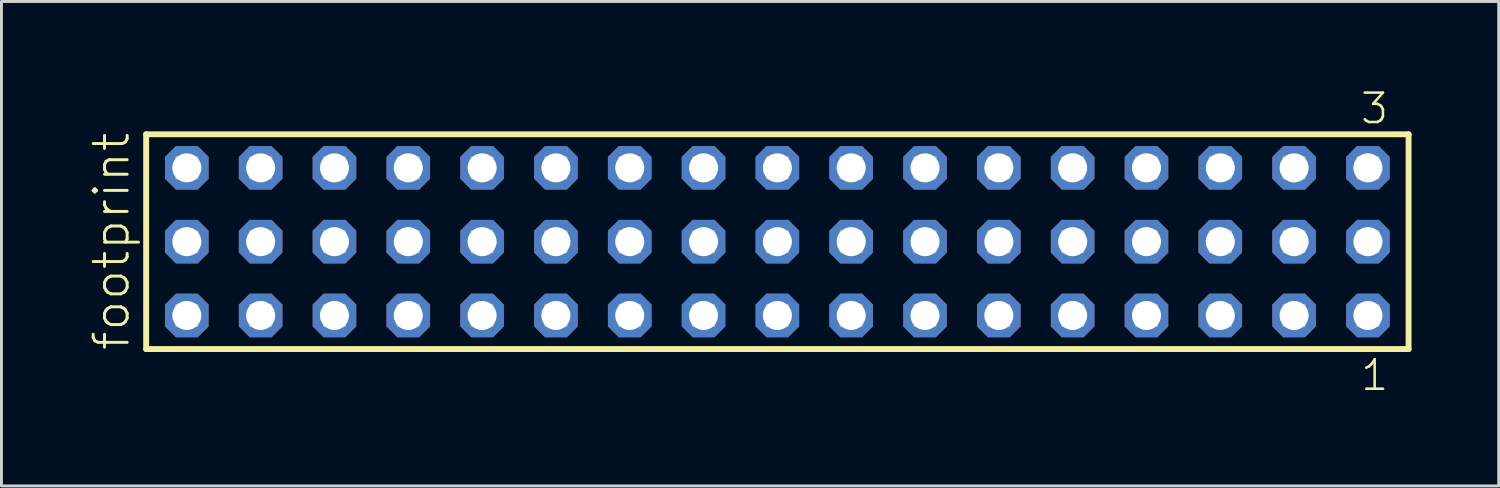
<source format=kicad_pcb>
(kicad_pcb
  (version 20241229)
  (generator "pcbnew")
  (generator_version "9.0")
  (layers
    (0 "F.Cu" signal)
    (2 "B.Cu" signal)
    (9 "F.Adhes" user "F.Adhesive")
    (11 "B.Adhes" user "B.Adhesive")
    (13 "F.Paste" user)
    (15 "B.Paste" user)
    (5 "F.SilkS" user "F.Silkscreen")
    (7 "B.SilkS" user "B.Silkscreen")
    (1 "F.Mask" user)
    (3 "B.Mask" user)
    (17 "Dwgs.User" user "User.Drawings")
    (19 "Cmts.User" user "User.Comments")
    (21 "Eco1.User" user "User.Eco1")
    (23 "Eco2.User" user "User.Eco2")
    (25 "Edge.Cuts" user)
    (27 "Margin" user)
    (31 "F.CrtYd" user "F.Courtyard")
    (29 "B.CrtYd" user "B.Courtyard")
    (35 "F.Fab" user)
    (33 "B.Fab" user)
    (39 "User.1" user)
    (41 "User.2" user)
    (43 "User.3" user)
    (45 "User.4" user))
  (footprint "footprint"
    (layer "F.Cu")
    (at 23.698 5.265)
    (property "Reference" "footprint" (at -22.225 3.81 90) (layer "F.SilkS") (effects (font (size 1.168 1.168) (thickness 0.102)) (justify left bottom)))
    (fp_line (start -21.719 -3.695) (end 21.719 -3.695) (stroke (width 0.203) (type solid)) (layer "F.SilkS"))
    (fp_line (start -21.719 3.695) (end -21.719 -3.695) (stroke (width 0.203) (type solid)) (layer "F.SilkS"))
    (fp_line (start 21.719 -3.695) (end 21.719 3.695) (stroke (width 0.203) (type solid)) (layer "F.SilkS"))
    (fp_line (start 21.719 3.695) (end -21.719 3.695) (stroke (width 0.203) (type solid)) (layer "F.SilkS"))
    (fp_poly (pts (xy -20.67 -2.19) (xy -19.97 -2.19) (xy -19.97 -2.89) (xy -20.67 -2.89)) (stroke (width 0.1) (type solid)) (fill no) (layer "F.Fab"))
    (fp_poly (pts (xy -20.67 0.35) (xy -19.97 0.35) (xy -19.97 -0.35) (xy -20.67 -0.35)) (stroke (width 0.1) (type solid)) (fill no) (layer "F.Fab"))
    (fp_poly (pts (xy -20.67 2.89) (xy -19.97 2.89) (xy -19.97 2.19) (xy -20.67 2.19)) (stroke (width 0.1) (type solid)) (fill no) (layer "F.Fab"))
    (fp_poly (pts (xy -18.13 -2.19) (xy -17.43 -2.19) (xy -17.43 -2.89) (xy -18.13 -2.89)) (stroke (width 0.1) (type solid)) (fill no) (layer "F.Fab"))
    (fp_poly (pts (xy -18.13 0.35) (xy -17.43 0.35) (xy -17.43 -0.35) (xy -18.13 -0.35)) (stroke (width 0.1) (type solid)) (fill no) (layer "F.Fab"))
    (fp_poly (pts (xy -18.13 2.89) (xy -17.43 2.89) (xy -17.43 2.19) (xy -18.13 2.19)) (stroke (width 0.1) (type solid)) (fill no) (layer "F.Fab"))
    (fp_poly (pts (xy -15.59 -2.19) (xy -14.89 -2.19) (xy -14.89 -2.89) (xy -15.59 -2.89)) (stroke (width 0.1) (type solid)) (fill no) (layer "F.Fab"))
    (fp_poly (pts (xy -15.59 0.35) (xy -14.89 0.35) (xy -14.89 -0.35) (xy -15.59 -0.35)) (stroke (width 0.1) (type solid)) (fill no) (layer "F.Fab"))
    (fp_poly (pts (xy -15.59 2.89) (xy -14.89 2.89) (xy -14.89 2.19) (xy -15.59 2.19)) (stroke (width 0.1) (type solid)) (fill no) (layer "F.Fab"))
    (fp_poly (pts (xy -13.05 -2.19) (xy -12.35 -2.19) (xy -12.35 -2.89) (xy -13.05 -2.89)) (stroke (width 0.1) (type solid)) (fill no) (layer "F.Fab"))
    (fp_poly (pts (xy -13.05 0.35) (xy -12.35 0.35) (xy -12.35 -0.35) (xy -13.05 -0.35)) (stroke (width 0.1) (type solid)) (fill no) (layer "F.Fab"))
    (fp_poly (pts (xy -13.05 2.89) (xy -12.35 2.89) (xy -12.35 2.19) (xy -13.05 2.19)) (stroke (width 0.1) (type solid)) (fill no) (layer "F.Fab"))
    (fp_poly (pts (xy -10.51 -2.19) (xy -9.81 -2.19) (xy -9.81 -2.89) (xy -10.51 -2.89)) (stroke (width 0.1) (type solid)) (fill no) (layer "F.Fab"))
    (fp_poly (pts (xy -10.51 0.35) (xy -9.81 0.35) (xy -9.81 -0.35) (xy -10.51 -0.35)) (stroke (width 0.1) (type solid)) (fill no) (layer "F.Fab"))
    (fp_poly (pts (xy -10.51 2.89) (xy -9.81 2.89) (xy -9.81 2.19) (xy -10.51 2.19)) (stroke (width 0.1) (type solid)) (fill no) (layer "F.Fab"))
    (fp_poly (pts (xy -7.97 -2.19) (xy -7.27 -2.19) (xy -7.27 -2.89) (xy -7.97 -2.89)) (stroke (width 0.1) (type solid)) (fill no) (layer "F.Fab"))
    (fp_poly (pts (xy -7.97 0.35) (xy -7.27 0.35) (xy -7.27 -0.35) (xy -7.97 -0.35)) (stroke (width 0.1) (type solid)) (fill no) (layer "F.Fab"))
    (fp_poly (pts (xy -7.97 2.89) (xy -7.27 2.89) (xy -7.27 2.19) (xy -7.97 2.19)) (stroke (width 0.1) (type solid)) (fill no) (layer "F.Fab"))
    (fp_poly (pts (xy -5.43 -2.19) (xy -4.73 -2.19) (xy -4.73 -2.89) (xy -5.43 -2.89)) (stroke (width 0.1) (type solid)) (fill no) (layer "F.Fab"))
    (fp_poly (pts (xy -5.43 0.35) (xy -4.73 0.35) (xy -4.73 -0.35) (xy -5.43 -0.35)) (stroke (width 0.1) (type solid)) (fill no) (layer "F.Fab"))
    (fp_poly (pts (xy -5.43 2.89) (xy -4.73 2.89) (xy -4.73 2.19) (xy -5.43 2.19)) (stroke (width 0.1) (type solid)) (fill no) (layer "F.Fab"))
    (fp_poly (pts (xy -2.89 -2.19) (xy -2.19 -2.19) (xy -2.19 -2.89) (xy -2.89 -2.89)) (stroke (width 0.1) (type solid)) (fill no) (layer "F.Fab"))
    (fp_poly (pts (xy -2.89 0.35) (xy -2.19 0.35) (xy -2.19 -0.35) (xy -2.89 -0.35)) (stroke (width 0.1) (type solid)) (fill no) (layer "F.Fab"))
    (fp_poly (pts (xy -2.89 2.89) (xy -2.19 2.89) (xy -2.19 2.19) (xy -2.89 2.19)) (stroke (width 0.1) (type solid)) (fill no) (layer "F.Fab"))
    (fp_poly (pts (xy -0.35 -2.19) (xy 0.35 -2.19) (xy 0.35 -2.89) (xy -0.35 -2.89)) (stroke (width 0.1) (type solid)) (fill no) (layer "F.Fab"))
    (fp_poly (pts (xy -0.35 0.35) (xy 0.35 0.35) (xy 0.35 -0.35) (xy -0.35 -0.35)) (stroke (width 0.1) (type solid)) (fill no) (layer "F.Fab"))
    (fp_poly (pts (xy -0.35 2.89) (xy 0.35 2.89) (xy 0.35 2.19) (xy -0.35 2.19)) (stroke (width 0.1) (type solid)) (fill no) (layer "F.Fab"))
    (fp_poly (pts (xy 2.19 -2.19) (xy 2.89 -2.19) (xy 2.89 -2.89) (xy 2.19 -2.89)) (stroke (width 0.1) (type solid)) (fill no) (layer "F.Fab"))
    (fp_poly (pts (xy 2.19 0.35) (xy 2.89 0.35) (xy 2.89 -0.35) (xy 2.19 -0.35)) (stroke (width 0.1) (type solid)) (fill no) (layer "F.Fab"))
    (fp_poly (pts (xy 2.19 2.89) (xy 2.89 2.89) (xy 2.89 2.19) (xy 2.19 2.19)) (stroke (width 0.1) (type solid)) (fill no) (layer "F.Fab"))
    (fp_poly (pts (xy 4.73 -2.19) (xy 5.43 -2.19) (xy 5.43 -2.89) (xy 4.73 -2.89)) (stroke (width 0.1) (type solid)) (fill no) (layer "F.Fab"))
    (fp_poly (pts (xy 4.73 0.35) (xy 5.43 0.35) (xy 5.43 -0.35) (xy 4.73 -0.35)) (stroke (width 0.1) (type solid)) (fill no) (layer "F.Fab"))
    (fp_poly (pts (xy 4.73 2.89) (xy 5.43 2.89) (xy 5.43 2.19) (xy 4.73 2.19)) (stroke (width 0.1) (type solid)) (fill no) (layer "F.Fab"))
    (fp_poly (pts (xy 7.27 -2.19) (xy 7.97 -2.19) (xy 7.97 -2.89) (xy 7.27 -2.89)) (stroke (width 0.1) (type solid)) (fill no) (layer "F.Fab"))
    (fp_poly (pts (xy 7.27 0.35) (xy 7.97 0.35) (xy 7.97 -0.35) (xy 7.27 -0.35)) (stroke (width 0.1) (type solid)) (fill no) (layer "F.Fab"))
    (fp_poly (pts (xy 7.27 2.89) (xy 7.97 2.89) (xy 7.97 2.19) (xy 7.27 2.19)) (stroke (width 0.1) (type solid)) (fill no) (layer "F.Fab"))
    (fp_poly (pts (xy 9.81 -2.19) (xy 10.51 -2.19) (xy 10.51 -2.89) (xy 9.81 -2.89)) (stroke (width 0.1) (type solid)) (fill no) (layer "F.Fab"))
    (fp_poly (pts (xy 9.81 0.35) (xy 10.51 0.35) (xy 10.51 -0.35) (xy 9.81 -0.35)) (stroke (width 0.1) (type solid)) (fill no) (layer "F.Fab"))
    (fp_poly (pts (xy 9.81 2.89) (xy 10.51 2.89) (xy 10.51 2.19) (xy 9.81 2.19)) (stroke (width 0.1) (type solid)) (fill no) (layer "F.Fab"))
    (fp_poly (pts (xy 12.35 -2.19) (xy 13.05 -2.19) (xy 13.05 -2.89) (xy 12.35 -2.89)) (stroke (width 0.1) (type solid)) (fill no) (layer "F.Fab"))
    (fp_poly (pts (xy 12.35 0.35) (xy 13.05 0.35) (xy 13.05 -0.35) (xy 12.35 -0.35)) (stroke (width 0.1) (type solid)) (fill no) (layer "F.Fab"))
    (fp_poly (pts (xy 12.35 2.89) (xy 13.05 2.89) (xy 13.05 2.19) (xy 12.35 2.19)) (stroke (width 0.1) (type solid)) (fill no) (layer "F.Fab"))
    (fp_poly (pts (xy 14.89 -2.19) (xy 15.59 -2.19) (xy 15.59 -2.89) (xy 14.89 -2.89)) (stroke (width 0.1) (type solid)) (fill no) (layer "F.Fab"))
    (fp_poly (pts (xy 14.89 0.35) (xy 15.59 0.35) (xy 15.59 -0.35) (xy 14.89 -0.35)) (stroke (width 0.1) (type solid)) (fill no) (layer "F.Fab"))
    (fp_poly (pts (xy 14.89 2.89) (xy 15.59 2.89) (xy 15.59 2.19) (xy 14.89 2.19)) (stroke (width 0.1) (type solid)) (fill no) (layer "F.Fab"))
    (fp_poly (pts (xy 17.43 -2.19) (xy 18.13 -2.19) (xy 18.13 -2.89) (xy 17.43 -2.89)) (stroke (width 0.1) (type solid)) (fill no) (layer "F.Fab"))
    (fp_poly (pts (xy 17.43 0.35) (xy 18.13 0.35) (xy 18.13 -0.35) (xy 17.43 -0.35)) (stroke (width 0.1) (type solid)) (fill no) (layer "F.Fab"))
    (fp_poly (pts (xy 17.43 2.89) (xy 18.13 2.89) (xy 18.13 2.19) (xy 17.43 2.19)) (stroke (width 0.1) (type solid)) (fill no) (layer "F.Fab"))
    (fp_poly (pts (xy 19.97 -2.19) (xy 20.67 -2.19) (xy 20.67 -2.89) (xy 19.97 -2.89)) (stroke (width 0.1) (type solid)) (fill no) (layer "F.Fab"))
    (fp_poly (pts (xy 19.97 0.35) (xy 20.67 0.35) (xy 20.67 -0.35) (xy 19.97 -0.35)) (stroke (width 0.1) (type solid)) (fill no) (layer "F.Fab"))
    (fp_poly (pts (xy 19.97 2.89) (xy 20.67 2.89) (xy 20.67 2.19) (xy 19.97 2.19)) (stroke (width 0.1) (type solid)) (fill no) (layer "F.Fab"))
    (fp_text user "1" (at 20.012 5.188 0) (layer "F.SilkS") (effects (font (size 1.012 1.012) (thickness 0.088)) (justify left bottom)))
    (fp_text user "3" (at 20.008 -3.989 0) (layer "F.SilkS") (effects (font (size 1.012 1.012) (thickness 0.088)) (justify left bottom)))
    (pad "1" thru_hole roundrect (at 20.32 2.54 180) (size 1.5 1.5) (drill 1) (layers "*.Cu" "*.Mask") (roundrect_rratio 0.25) (chamfer_ratio 0.25) (chamfer top_left top_right bottom_left bottom_right))
    (pad "2" thru_hole roundrect (at 20.32 0 180) (size 1.5 1.5) (drill 1) (layers "*.Cu" "*.Mask") (roundrect_rratio 0.25) (chamfer_ratio 0.25) (chamfer top_left top_right bottom_left bottom_right))
    (pad "3" thru_hole roundrect (at 20.32 -2.54 180) (size 1.5 1.5) (drill 1) (layers "*.Cu" "*.Mask") (roundrect_rratio 0.25) (chamfer_ratio 0.25) (chamfer top_left top_right bottom_left bottom_right))
    (pad "4" thru_hole roundrect (at 17.78 2.54 180) (size 1.5 1.5) (drill 1) (layers "*.Cu" "*.Mask") (roundrect_rratio 0.25) (chamfer_ratio 0.25) (chamfer top_left top_right bottom_left bottom_right))
    (pad "5" thru_hole roundrect (at 17.78 0 180) (size 1.5 1.5) (drill 1) (layers "*.Cu" "*.Mask") (roundrect_rratio 0.25) (chamfer_ratio 0.25) (chamfer top_left top_right bottom_left bottom_right))
    (pad "6" thru_hole roundrect (at 17.78 -2.54 180) (size 1.5 1.5) (drill 1) (layers "*.Cu" "*.Mask") (roundrect_rratio 0.25) (chamfer_ratio 0.25) (chamfer top_left top_right bottom_left bottom_right))
    (pad "7" thru_hole roundrect (at 15.24 2.54 180) (size 1.5 1.5) (drill 1) (layers "*.Cu" "*.Mask") (roundrect_rratio 0.25) (chamfer_ratio 0.25) (chamfer top_left top_right bottom_left bottom_right))
    (pad "8" thru_hole roundrect (at 15.24 0 180) (size 1.5 1.5) (drill 1) (layers "*.Cu" "*.Mask") (roundrect_rratio 0.25) (chamfer_ratio 0.25) (chamfer top_left top_right bottom_left bottom_right))
    (pad "9" thru_hole roundrect (at 15.24 -2.54 180) (size 1.5 1.5) (drill 1) (layers "*.Cu" "*.Mask") (roundrect_rratio 0.25) (chamfer_ratio 0.25) (chamfer top_left top_right bottom_left bottom_right))
    (pad "10" thru_hole roundrect (at 12.7 2.54 180) (size 1.5 1.5) (drill 1) (layers "*.Cu" "*.Mask") (roundrect_rratio 0.25) (chamfer_ratio 0.25) (chamfer top_left top_right bottom_left bottom_right))
    (pad "11" thru_hole roundrect (at 12.7 0 180) (size 1.5 1.5) (drill 1) (layers "*.Cu" "*.Mask") (roundrect_rratio 0.25) (chamfer_ratio 0.25) (chamfer top_left top_right bottom_left bottom_right))
    (pad "12" thru_hole roundrect (at 12.7 -2.54 180) (size 1.5 1.5) (drill 1) (layers "*.Cu" "*.Mask") (roundrect_rratio 0.25) (chamfer_ratio 0.25) (chamfer top_left top_right bottom_left bottom_right))
    (pad "13" thru_hole roundrect (at 10.16 2.54 180) (size 1.5 1.5) (drill 1) (layers "*.Cu" "*.Mask") (roundrect_rratio 0.25) (chamfer_ratio 0.25) (chamfer top_left top_right bottom_left bottom_right))
    (pad "14" thru_hole roundrect (at 10.16 0 180) (size 1.5 1.5) (drill 1) (layers "*.Cu" "*.Mask") (roundrect_rratio 0.25) (chamfer_ratio 0.25) (chamfer top_left top_right bottom_left bottom_right))
    (pad "15" thru_hole roundrect (at 10.16 -2.54 180) (size 1.5 1.5) (drill 1) (layers "*.Cu" "*.Mask") (roundrect_rratio 0.25) (chamfer_ratio 0.25) (chamfer top_left top_right bottom_left bottom_right))
    (pad "16" thru_hole roundrect (at 7.62 2.54 180) (size 1.5 1.5) (drill 1) (layers "*.Cu" "*.Mask") (roundrect_rratio 0.25) (chamfer_ratio 0.25) (chamfer top_left top_right bottom_left bottom_right))
    (pad "17" thru_hole roundrect (at 7.62 0 180) (size 1.5 1.5) (drill 1) (layers "*.Cu" "*.Mask") (roundrect_rratio 0.25) (chamfer_ratio 0.25) (chamfer top_left top_right bottom_left bottom_right))
    (pad "18" thru_hole roundrect (at 7.62 -2.54 180) (size 1.5 1.5) (drill 1) (layers "*.Cu" "*.Mask") (roundrect_rratio 0.25) (chamfer_ratio 0.25) (chamfer top_left top_right bottom_left bottom_right))
    (pad "19" thru_hole roundrect (at 5.08 2.54 180) (size 1.5 1.5) (drill 1) (layers "*.Cu" "*.Mask") (roundrect_rratio 0.25) (chamfer_ratio 0.25) (chamfer top_left top_right bottom_left bottom_right))
    (pad "20" thru_hole roundrect (at 5.08 0 180) (size 1.5 1.5) (drill 1) (layers "*.Cu" "*.Mask") (roundrect_rratio 0.25) (chamfer_ratio 0.25) (chamfer top_left top_right bottom_left bottom_right))
    (pad "21" thru_hole roundrect (at 5.08 -2.54 180) (size 1.5 1.5) (drill 1) (layers "*.Cu" "*.Mask") (roundrect_rratio 0.25) (chamfer_ratio 0.25) (chamfer top_left top_right bottom_left bottom_right))
    (pad "22" thru_hole roundrect (at 2.54 2.54 180) (size 1.5 1.5) (drill 1) (layers "*.Cu" "*.Mask") (roundrect_rratio 0.25) (chamfer_ratio 0.25) (chamfer top_left top_right bottom_left bottom_right))
    (pad "23" thru_hole roundrect (at 2.54 0 180) (size 1.5 1.5) (drill 1) (layers "*.Cu" "*.Mask") (roundrect_rratio 0.25) (chamfer_ratio 0.25) (chamfer top_left top_right bottom_left bottom_right))
    (pad "24" thru_hole roundrect (at 2.54 -2.54 180) (size 1.5 1.5) (drill 1) (layers "*.Cu" "*.Mask") (roundrect_rratio 0.25) (chamfer_ratio 0.25) (chamfer top_left top_right bottom_left bottom_right))
    (pad "25" thru_hole roundrect (at 0 2.54 180) (size 1.5 1.5) (drill 1) (layers "*.Cu" "*.Mask") (roundrect_rratio 0.25) (chamfer_ratio 0.25) (chamfer top_left top_right bottom_left bottom_right))
    (pad "26" thru_hole roundrect (at 0 0 180) (size 1.5 1.5) (drill 1) (layers "*.Cu" "*.Mask") (roundrect_rratio 0.25) (chamfer_ratio 0.25) (chamfer top_left top_right bottom_left bottom_right))
    (pad "27" thru_hole roundrect (at 0 -2.54 180) (size 1.5 1.5) (drill 1) (layers "*.Cu" "*.Mask") (roundrect_rratio 0.25) (chamfer_ratio 0.25) (chamfer top_left top_right bottom_left bottom_right))
    (pad "28" thru_hole roundrect (at -2.54 2.54 180) (size 1.5 1.5) (drill 1) (layers "*.Cu" "*.Mask") (roundrect_rratio 0.25) (chamfer_ratio 0.25) (chamfer top_left top_right bottom_left bottom_right))
    (pad "29" thru_hole roundrect (at -2.54 0 180) (size 1.5 1.5) (drill 1) (layers "*.Cu" "*.Mask") (roundrect_rratio 0.25) (chamfer_ratio 0.25) (chamfer top_left top_right bottom_left bottom_right))
    (pad "30" thru_hole roundrect (at -2.54 -2.54 180) (size 1.5 1.5) (drill 1) (layers "*.Cu" "*.Mask") (roundrect_rratio 0.25) (chamfer_ratio 0.25) (chamfer top_left top_right bottom_left bottom_right))
    (pad "31" thru_hole roundrect (at -5.08 2.54 180) (size 1.5 1.5) (drill 1) (layers "*.Cu" "*.Mask") (roundrect_rratio 0.25) (chamfer_ratio 0.25) (chamfer top_left top_right bottom_left bottom_right))
    (pad "32" thru_hole roundrect (at -5.08 0 180) (size 1.5 1.5) (drill 1) (layers "*.Cu" "*.Mask") (roundrect_rratio 0.25) (chamfer_ratio 0.25) (chamfer top_left top_right bottom_left bottom_right))
    (pad "33" thru_hole roundrect (at -5.08 -2.54 180) (size 1.5 1.5) (drill 1) (layers "*.Cu" "*.Mask") (roundrect_rratio 0.25) (chamfer_ratio 0.25) (chamfer top_left top_right bottom_left bottom_right))
    (pad "34" thru_hole roundrect (at -7.62 2.54 180) (size 1.5 1.5) (drill 1) (layers "*.Cu" "*.Mask") (roundrect_rratio 0.25) (chamfer_ratio 0.25) (chamfer top_left top_right bottom_left bottom_right))
    (pad "35" thru_hole roundrect (at -7.62 0 180) (size 1.5 1.5) (drill 1) (layers "*.Cu" "*.Mask") (roundrect_rratio 0.25) (chamfer_ratio 0.25) (chamfer top_left top_right bottom_left bottom_right))
    (pad "36" thru_hole roundrect (at -7.62 -2.54 180) (size 1.5 1.5) (drill 1) (layers "*.Cu" "*.Mask") (roundrect_rratio 0.25) (chamfer_ratio 0.25) (chamfer top_left top_right bottom_left bottom_right))
    (pad "37" thru_hole roundrect (at -10.16 2.54 180) (size 1.5 1.5) (drill 1) (layers "*.Cu" "*.Mask") (roundrect_rratio 0.25) (chamfer_ratio 0.25) (chamfer top_left top_right bottom_left bottom_right))
    (pad "38" thru_hole roundrect (at -10.16 0 180) (size 1.5 1.5) (drill 1) (layers "*.Cu" "*.Mask") (roundrect_rratio 0.25) (chamfer_ratio 0.25) (chamfer top_left top_right bottom_left bottom_right))
    (pad "39" thru_hole roundrect (at -10.16 -2.54 180) (size 1.5 1.5) (drill 1) (layers "*.Cu" "*.Mask") (roundrect_rratio 0.25) (chamfer_ratio 0.25) (chamfer top_left top_right bottom_left bottom_right))
    (pad "40" thru_hole roundrect (at -12.7 2.54 180) (size 1.5 1.5) (drill 1) (layers "*.Cu" "*.Mask") (roundrect_rratio 0.25) (chamfer_ratio 0.25) (chamfer top_left top_right bottom_left bottom_right))
    (pad "41" thru_hole roundrect (at -12.7 0 180) (size 1.5 1.5) (drill 1) (layers "*.Cu" "*.Mask") (roundrect_rratio 0.25) (chamfer_ratio 0.25) (chamfer top_left top_right bottom_left bottom_right))
    (pad "42" thru_hole roundrect (at -12.7 -2.54 180) (size 1.5 1.5) (drill 1) (layers "*.Cu" "*.Mask") (roundrect_rratio 0.25) (chamfer_ratio 0.25) (chamfer top_left top_right bottom_left bottom_right))
    (pad "43" thru_hole roundrect (at -15.24 2.54 180) (size 1.5 1.5) (drill 1) (layers "*.Cu" "*.Mask") (roundrect_rratio 0.25) (chamfer_ratio 0.25) (chamfer top_left top_right bottom_left bottom_right))
    (pad "44" thru_hole roundrect (at -15.24 0 180) (size 1.5 1.5) (drill 1) (layers "*.Cu" "*.Mask") (roundrect_rratio 0.25) (chamfer_ratio 0.25) (chamfer top_left top_right bottom_left bottom_right))
    (pad "45" thru_hole roundrect (at -15.24 -2.54 180) (size 1.5 1.5) (drill 1) (layers "*.Cu" "*.Mask") (roundrect_rratio 0.25) (chamfer_ratio 0.25) (chamfer top_left top_right bottom_left bottom_right))
    (pad "46" thru_hole roundrect (at -17.78 2.54 180) (size 1.5 1.5) (drill 1) (layers "*.Cu" "*.Mask") (roundrect_rratio 0.25) (chamfer_ratio 0.25) (chamfer top_left top_right bottom_left bottom_right))
    (pad "47" thru_hole roundrect (at -17.78 0 180) (size 1.5 1.5) (drill 1) (layers "*.Cu" "*.Mask") (roundrect_rratio 0.25) (chamfer_ratio 0.25) (chamfer top_left top_right bottom_left bottom_right))
    (pad "48" thru_hole roundrect (at -17.78 -2.54 180) (size 1.5 1.5) (drill 1) (layers "*.Cu" "*.Mask") (roundrect_rratio 0.25) (chamfer_ratio 0.25) (chamfer top_left top_right bottom_left bottom_right))
    (pad "49" thru_hole roundrect (at -20.32 2.54 180) (size 1.5 1.5) (drill 1) (layers "*.Cu" "*.Mask") (roundrect_rratio 0.25) (chamfer_ratio 0.25) (chamfer top_left top_right bottom_left bottom_right))
    (pad "50" thru_hole roundrect (at -20.32 0 180) (size 1.5 1.5) (drill 1) (layers "*.Cu" "*.Mask") (roundrect_rratio 0.25) (chamfer_ratio 0.25) (chamfer top_left top_right bottom_left bottom_right))
    (pad "51" thru_hole roundrect (at -20.32 -2.54 180) (size 1.5 1.5) (drill 1) (layers "*.Cu" "*.Mask") (roundrect_rratio 0.25) (chamfer_ratio 0.25) (chamfer top_left top_right bottom_left bottom_right)))
  (gr_rect
    (start -3 -3)
    (end 48.519 13.67)
    (stroke (width 0.1) (type default))
    (fill no)
    (layer "Edge.Cuts")))
</source>
